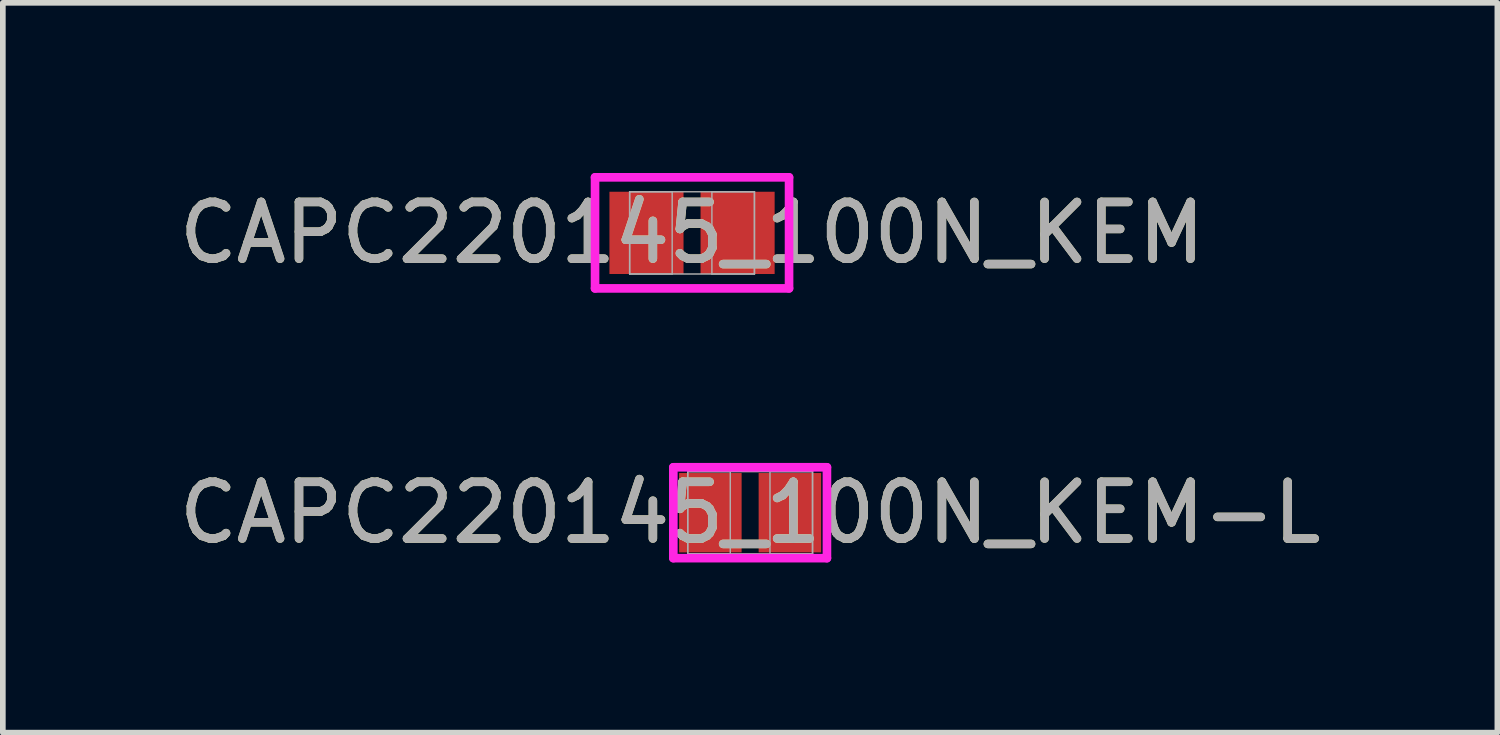
<source format=kicad_pcb>
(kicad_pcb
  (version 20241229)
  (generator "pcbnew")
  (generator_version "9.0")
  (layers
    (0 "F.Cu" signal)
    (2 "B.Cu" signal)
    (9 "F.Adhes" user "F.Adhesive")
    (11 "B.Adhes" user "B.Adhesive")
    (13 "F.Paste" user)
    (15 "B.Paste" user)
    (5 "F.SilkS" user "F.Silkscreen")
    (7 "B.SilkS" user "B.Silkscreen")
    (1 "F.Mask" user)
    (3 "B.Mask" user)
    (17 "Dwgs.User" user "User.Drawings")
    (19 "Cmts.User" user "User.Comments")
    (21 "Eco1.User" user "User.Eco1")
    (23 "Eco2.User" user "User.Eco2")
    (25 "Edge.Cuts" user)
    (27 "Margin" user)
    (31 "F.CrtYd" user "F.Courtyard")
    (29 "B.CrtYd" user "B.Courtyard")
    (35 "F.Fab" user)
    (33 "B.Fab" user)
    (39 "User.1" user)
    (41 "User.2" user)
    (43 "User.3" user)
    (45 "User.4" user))
  (footprint "CAPC220145_100N_KEM"
    (layer "F.Cu")
    (at 9.149 1.055)
    (property "Reference" "CAPC220145_100N_KEM" (at 0 0 0) (unlocked yes) (layer "F.SilkS") (effects (font (size 1 1) (thickness 0.15))))
    (attr smd)
    (fp_line (start -1.71 -0.979) (end 1.71 -0.979) (stroke (width 0.152) (type solid)) (layer "F.CrtYd"))
    (fp_line (start -1.71 0.979) (end -1.71 -0.979) (stroke (width 0.152) (type solid)) (layer "F.CrtYd"))
    (fp_line (start 1.71 -0.979) (end 1.71 0.979) (stroke (width 0.152) (type solid)) (layer "F.CrtYd"))
    (fp_line (start 1.71 0.979) (end -1.71 0.979) (stroke (width 0.152) (type solid)) (layer "F.CrtYd"))
    (fp_line (start -1.1 -0.725) (end -1.1 0.725) (stroke (width 0.025) (type solid)) (layer "F.Fab"))
    (fp_line (start -1.1 -0.725) (end -1.1 0.725) (stroke (width 0.025) (type solid)) (layer "F.Fab"))
    (fp_line (start -1.1 0.725) (end -0.35 0.725) (stroke (width 0.025) (type solid)) (layer "F.Fab"))
    (fp_line (start -1.1 0.725) (end 1.1 0.725) (stroke (width 0.025) (type solid)) (layer "F.Fab"))
    (fp_line (start -0.35 -0.725) (end -1.1 -0.725) (stroke (width 0.025) (type solid)) (layer "F.Fab"))
    (fp_line (start -0.35 0.725) (end -0.35 -0.725) (stroke (width 0.025) (type solid)) (layer "F.Fab"))
    (fp_line (start 0.35 -0.725) (end 0.35 0.725) (stroke (width 0.025) (type solid)) (layer "F.Fab"))
    (fp_line (start 0.35 0.725) (end 1.1 0.725) (stroke (width 0.025) (type solid)) (layer "F.Fab"))
    (fp_line (start 1.1 -0.725) (end -1.1 -0.725) (stroke (width 0.025) (type solid)) (layer "F.Fab"))
    (fp_line (start 1.1 -0.725) (end 0.35 -0.725) (stroke (width 0.025) (type solid)) (layer "F.Fab"))
    (fp_line (start 1.1 0.725) (end 1.1 -0.725) (stroke (width 0.025) (type solid)) (layer "F.Fab"))
    (fp_line (start 1.1 0.725) (end 1.1 -0.725) (stroke (width 0.025) (type solid)) (layer "F.Fab"))
    (fp_text user "${REFERENCE}" (at 0 0 0) (unlocked yes) (layer "F.Fab") (effects (font (size 1 1) (thickness 0.15))))
    (pad "1" smd rect (at -0.803 0) (size 1.306 1.45) (layers "F.Cu" "F.Mask" "F.Paste"))
    (pad "2" smd rect (at 0.803 0) (size 1.306 1.45) (layers "F.Cu" "F.Mask" "F.Paste"))
    (zone (net_name "") (layer "F.Cu") (hatch full 0.508) (connect_pads) (min_thickness 0.254) (filled_areas_thickness no) (keepout (tracks not_allowed) (vias not_allowed) (pads allowed) (copperpour not_allowed) (footprints allowed)) (placement (enabled no)) (fill) (polygon (pts (xy 9.05 0.381) (xy 9.248 0.381) (xy 9.248 1.729) (xy 9.05 1.729)))))
  (footprint "CAPC220145_100N_KEM-L"
    (layer "F.Cu")
    (at 10.173 5.988)
    (property "Reference" "CAPC220145_100N_KEM-L" (at 0 0 0) (unlocked yes) (layer "F.SilkS") (effects (font (size 1 1) (thickness 0.15))))
    (attr smd)
    (fp_line (start -1.354 -0.801) (end 1.354 -0.801) (stroke (width 0.152) (type solid)) (layer "F.CrtYd"))
    (fp_line (start -1.354 0.801) (end -1.354 -0.801) (stroke (width 0.152) (type solid)) (layer "F.CrtYd"))
    (fp_line (start 1.354 -0.801) (end 1.354 0.801) (stroke (width 0.152) (type solid)) (layer "F.CrtYd"))
    (fp_line (start 1.354 0.801) (end -1.354 0.801) (stroke (width 0.152) (type solid)) (layer "F.CrtYd"))
    (fp_line (start -1.1 -0.725) (end -1.1 0.725) (stroke (width 0.025) (type solid)) (layer "F.Fab"))
    (fp_line (start -1.1 -0.725) (end -1.1 0.725) (stroke (width 0.025) (type solid)) (layer "F.Fab"))
    (fp_line (start -1.1 0.725) (end -0.35 0.725) (stroke (width 0.025) (type solid)) (layer "F.Fab"))
    (fp_line (start -1.1 0.725) (end 1.1 0.725) (stroke (width 0.025) (type solid)) (layer "F.Fab"))
    (fp_line (start -0.35 -0.725) (end -1.1 -0.725) (stroke (width 0.025) (type solid)) (layer "F.Fab"))
    (fp_line (start -0.35 0.725) (end -0.35 -0.725) (stroke (width 0.025) (type solid)) (layer "F.Fab"))
    (fp_line (start 0.35 -0.725) (end 0.35 0.725) (stroke (width 0.025) (type solid)) (layer "F.Fab"))
    (fp_line (start 0.35 0.725) (end 1.1 0.725) (stroke (width 0.025) (type solid)) (layer "F.Fab"))
    (fp_line (start 1.1 -0.725) (end -1.1 -0.725) (stroke (width 0.025) (type solid)) (layer "F.Fab"))
    (fp_line (start 1.1 -0.725) (end 0.35 -0.725) (stroke (width 0.025) (type solid)) (layer "F.Fab"))
    (fp_line (start 1.1 0.725) (end 1.1 -0.725) (stroke (width 0.025) (type solid)) (layer "F.Fab"))
    (fp_line (start 1.1 0.725) (end 1.1 -0.725) (stroke (width 0.025) (type solid)) (layer "F.Fab"))
    (fp_text user "${REFERENCE}" (at 0 0 0) (unlocked yes) (layer "F.Fab") (effects (font (size 1 1) (thickness 0.15))))
    (pad "1" smd rect (at -0.701 0) (size 1.102 1.399) (layers "F.Cu" "F.Mask" "F.Paste"))
    (pad "2" smd rect (at 0.701 0) (size 1.102 1.399) (layers "F.Cu" "F.Mask" "F.Paste"))
    (zone (net_name "") (layer "F.Cu") (hatch full 0.508) (connect_pads) (min_thickness 0.254) (filled_areas_thickness no) (keepout (tracks not_allowed) (vias not_allowed) (pads allowed) (copperpour not_allowed) (footprints allowed)) (placement (enabled no)) (fill) (polygon (pts (xy 10.073 5.314) (xy 10.272 5.314) (xy 10.272 6.662) (xy 10.073 6.662)))))
  (gr_rect
    (start -3 -3)
    (end 23.345 9.865)
    (stroke (width 0.1) (type default))
    (fill no)
    (layer "Edge.Cuts")))
</source>
